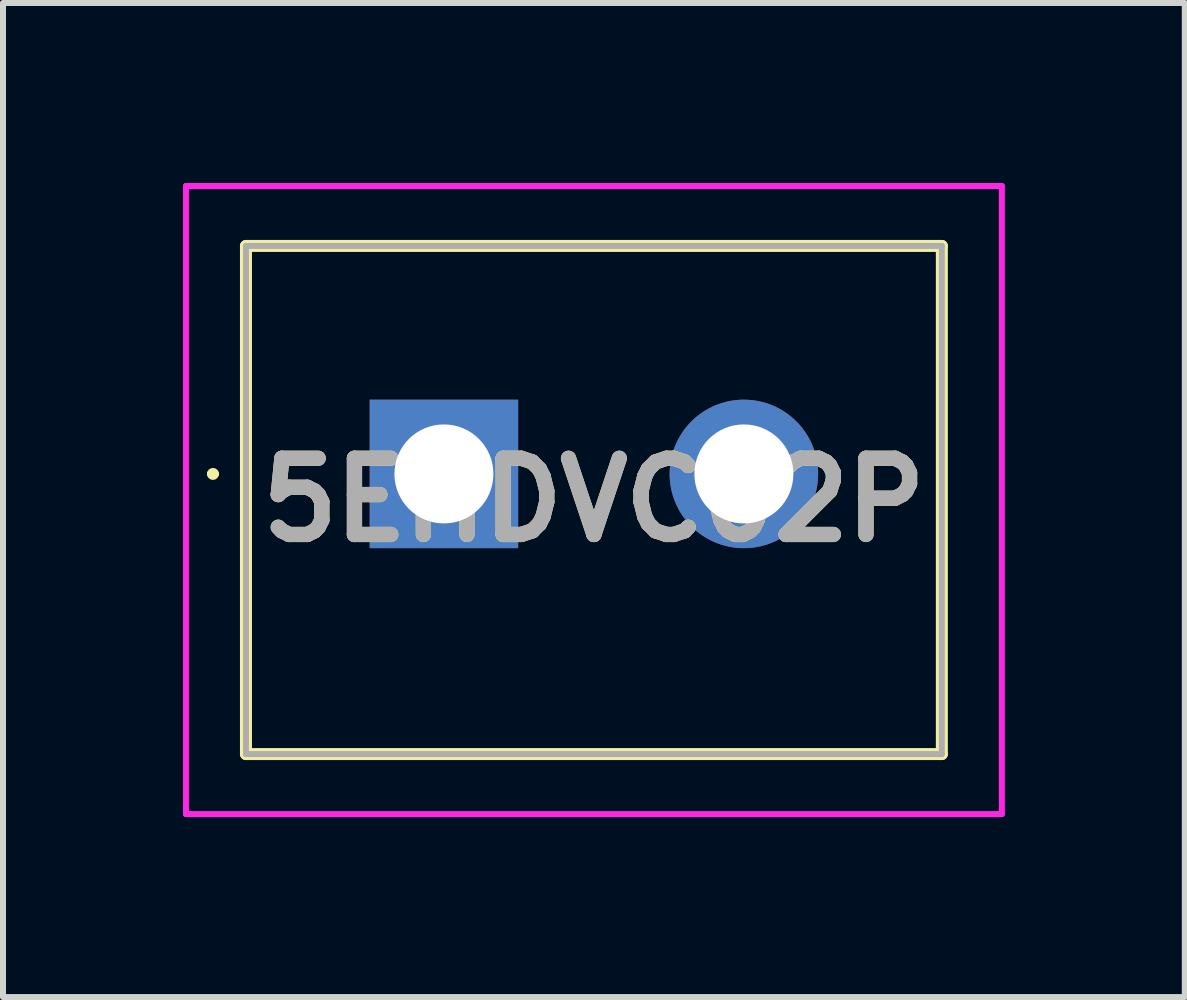
<source format=kicad_pcb>
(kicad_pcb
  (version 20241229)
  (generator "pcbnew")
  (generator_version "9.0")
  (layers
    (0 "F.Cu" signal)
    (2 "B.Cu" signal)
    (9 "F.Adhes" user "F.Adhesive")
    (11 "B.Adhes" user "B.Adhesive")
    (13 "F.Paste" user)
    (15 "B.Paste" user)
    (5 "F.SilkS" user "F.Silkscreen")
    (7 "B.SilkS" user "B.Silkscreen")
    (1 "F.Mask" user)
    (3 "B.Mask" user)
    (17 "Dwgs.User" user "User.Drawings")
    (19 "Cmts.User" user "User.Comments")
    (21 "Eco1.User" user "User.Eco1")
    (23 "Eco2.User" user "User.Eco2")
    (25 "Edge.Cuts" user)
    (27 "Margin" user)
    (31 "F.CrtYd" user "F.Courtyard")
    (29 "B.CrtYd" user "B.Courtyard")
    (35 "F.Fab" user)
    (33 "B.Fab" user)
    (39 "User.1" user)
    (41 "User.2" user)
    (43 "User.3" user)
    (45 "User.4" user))
  (footprint "5EHDVC02P"
    (layer "F.Cu")
    (at 4.35 4.85)
    (property "Reference" "5EHDVC02P" (at 2.5 0.435 0) (layer "F.SilkS") (effects (font (size 1.27 1.27) (thickness 0.254))))
    (attr through_hole)
    (fp_line (start -3.9 0) (end -3.9 0) (stroke (width 0.1) (type solid)) (layer "F.SilkS"))
    (fp_line (start -3.8 0) (end -3.8 0) (stroke (width 0.1) (type solid)) (layer "F.SilkS"))
    (fp_line (start -3.3 -3.8) (end 8.3 -3.8) (stroke (width 0.2) (type solid)) (layer "F.SilkS"))
    (fp_line (start -3.3 4.67) (end -3.3 -3.8) (stroke (width 0.2) (type solid)) (layer "F.SilkS"))
    (fp_line (start 8.3 -3.8) (end 8.3 4.67) (stroke (width 0.2) (type solid)) (layer "F.SilkS"))
    (fp_line (start 8.3 4.67) (end -3.3 4.67) (stroke (width 0.2) (type solid)) (layer "F.SilkS"))
    (fp_arc (start -3.9 0) (mid -3.85 -0.05) (end -3.8 0) (stroke (width 0.1) (type solid)) (layer "F.SilkS"))
    (fp_arc (start -3.8 0) (mid -3.85 0.05) (end -3.9 0) (stroke (width 0.1) (type solid)) (layer "F.SilkS"))
    (fp_line (start -4.3 -4.8) (end 9.3 -4.8) (stroke (width 0.1) (type solid)) (layer "F.CrtYd"))
    (fp_line (start -4.3 5.67) (end -4.3 -4.8) (stroke (width 0.1) (type solid)) (layer "F.CrtYd"))
    (fp_line (start 9.3 -4.8) (end 9.3 5.67) (stroke (width 0.1) (type solid)) (layer "F.CrtYd"))
    (fp_line (start 9.3 5.67) (end -4.3 5.67) (stroke (width 0.1) (type solid)) (layer "F.CrtYd"))
    (fp_line (start -3.3 -3.8) (end 8.3 -3.8) (stroke (width 0.1) (type solid)) (layer "F.Fab"))
    (fp_line (start -3.3 4.67) (end -3.3 -3.8) (stroke (width 0.1) (type solid)) (layer "F.Fab"))
    (fp_line (start 8.3 -3.8) (end 8.3 4.67) (stroke (width 0.1) (type solid)) (layer "F.Fab"))
    (fp_line (start 8.3 4.67) (end -3.3 4.67) (stroke (width 0.1) (type solid)) (layer "F.Fab"))
    (fp_text user "${REFERENCE}" (at 2.5 0.435 0) (layer "F.Fab") (effects (font (size 1.27 1.27) (thickness 0.254))))
    (pad "1" thru_hole rect (at 0 0) (size 2.475 2.475) (drill 1.65) (layers "*.Cu" "*.Mask"))
    (pad "2" thru_hole circle (at 5 0) (size 2.475 2.475) (drill 1.65) (layers "*.Cu" "*.Mask")))
  (gr_rect
    (start -3 -3)
    (end 16.7 13.57)
    (stroke (width 0.1) (type default))
    (fill no)
    (layer "Edge.Cuts")))
</source>
